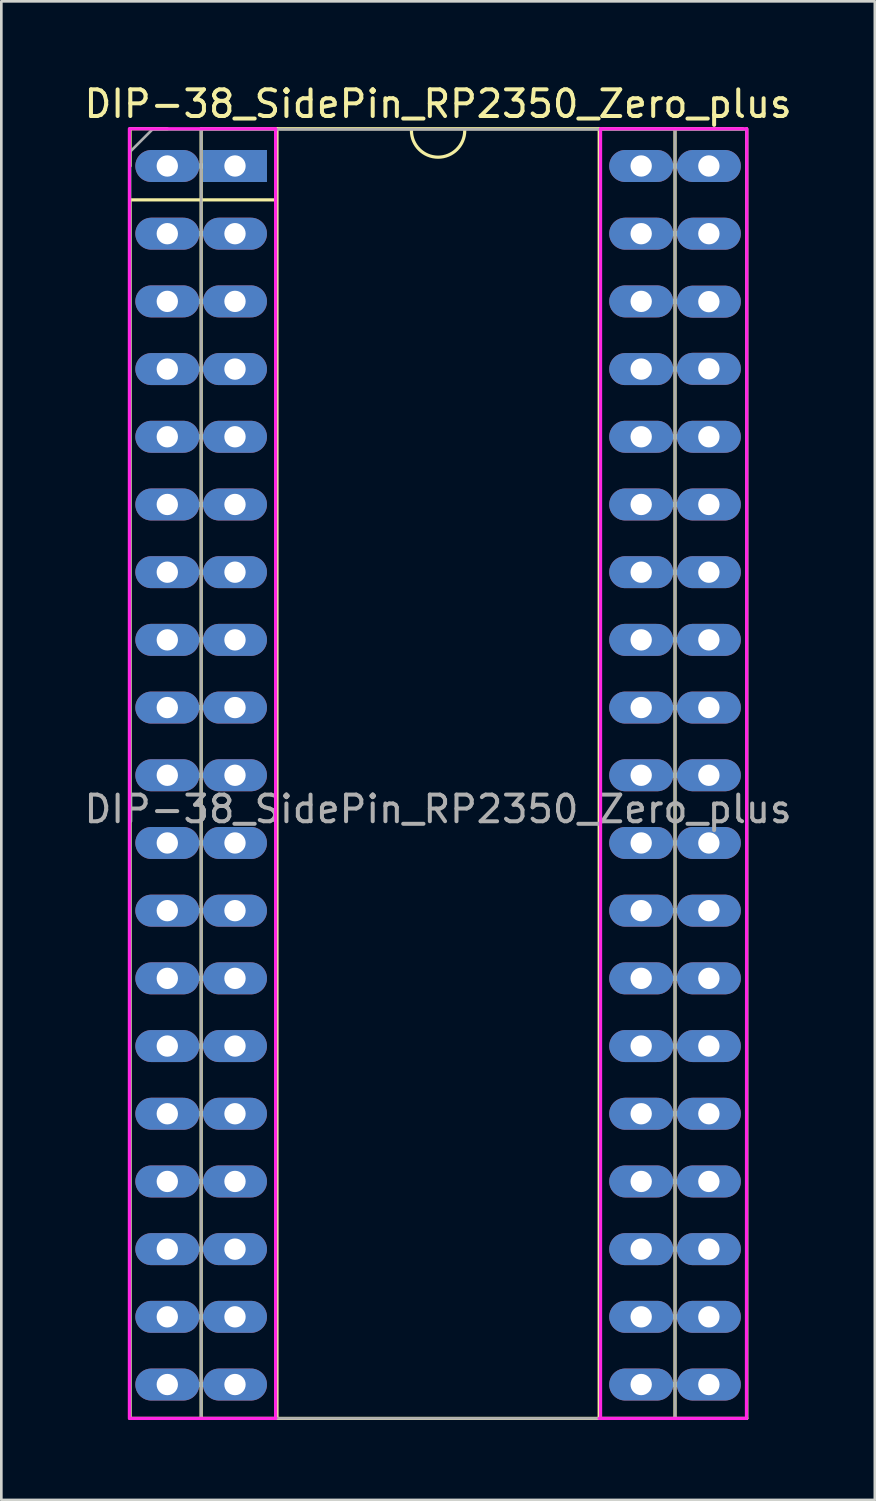
<source format=kicad_pcb>
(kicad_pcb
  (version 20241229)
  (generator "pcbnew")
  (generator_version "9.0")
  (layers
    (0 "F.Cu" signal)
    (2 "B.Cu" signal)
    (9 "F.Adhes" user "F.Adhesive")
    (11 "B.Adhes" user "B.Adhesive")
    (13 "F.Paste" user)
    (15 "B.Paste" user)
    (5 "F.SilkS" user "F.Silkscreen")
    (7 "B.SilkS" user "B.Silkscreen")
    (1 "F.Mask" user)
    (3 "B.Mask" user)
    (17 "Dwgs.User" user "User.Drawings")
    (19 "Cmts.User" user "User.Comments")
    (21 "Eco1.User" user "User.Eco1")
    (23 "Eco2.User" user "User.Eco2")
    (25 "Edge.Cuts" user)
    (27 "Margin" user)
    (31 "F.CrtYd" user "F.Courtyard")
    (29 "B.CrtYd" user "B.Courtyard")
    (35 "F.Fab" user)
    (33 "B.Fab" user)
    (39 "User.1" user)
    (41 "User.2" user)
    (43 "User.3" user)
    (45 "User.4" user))
  (footprint "DIP-38_SidePin_RP2350_Zero_plus"
    (layer "F.Cu")
    (at 5.767 3.178)
    (property "Reference" "DIP-38_SidePin_RP2350_Zero_plus" (at 7.62 -2.33 0) (layer "F.SilkS") (effects (font (size 1 1) (thickness 0.15))))
    (attr through_hole allow_missing_courtyard)
    (fp_line (start -1.422 17.78) (end -1.118 17.78) (stroke (width 0.2) (type default)) (layer "B.Cu"))
    (fp_line (start -1.422 20.32) (end -1.067 20.32) (stroke (width 0.2) (type default)) (layer "B.Cu"))
    (fp_line (start -1.422 22.86) (end -1.2 22.86) (stroke (width 0.2) (type default)) (layer "B.Cu"))
    (fp_line (start -1.422 25.4) (end -1.118 25.4) (stroke (width 0.2) (type default)) (layer "B.Cu"))
    (fp_line (start -1.422 30.48) (end -1.118 30.48) (stroke (width 0.2) (type default)) (layer "B.Cu"))
    (fp_line (start -1.422 33.02) (end -1.118 33.02) (stroke (width 0.2) (type default)) (layer "B.Cu"))
    (fp_line (start -1.422 35.56) (end -1.118 35.56) (stroke (width 0.2) (type default)) (layer "B.Cu"))
    (fp_line (start -1.422 40.64) (end -1.118 40.64) (stroke (width 0.2) (type default)) (layer "B.Cu"))
    (fp_line (start -1.422 45.72) (end -1.2 45.72) (stroke (width 0.2) (type default)) (layer "B.Cu"))
    (fp_line (start -1.372 43.18) (end -1.118 43.18) (stroke (width 0.2) (type default)) (layer "B.Cu"))
    (fp_line (start -1.34 0) (end -1.2 0) (stroke (width 0.2) (type default)) (layer "B.Cu"))
    (fp_line (start -1.34 2.54) (end -1.2 2.54) (stroke (width 0.2) (type default)) (layer "B.Cu"))
    (fp_line (start -1.34 5.08) (end -1.2 5.08) (stroke (width 0.2) (type default)) (layer "B.Cu"))
    (fp_line (start -1.34 7.62) (end -1.168 7.62) (stroke (width 0.2) (type default)) (layer "B.Cu"))
    (fp_line (start -1.34 10.16) (end -1.2 10.16) (stroke (width 0.2) (type default)) (layer "B.Cu"))
    (fp_line (start -1.34 12.7) (end -1.2 12.7) (stroke (width 0.2) (type default)) (layer "B.Cu"))
    (fp_line (start -1.34 15.24) (end -1.118 15.24) (stroke (width 0.2) (type default)) (layer "B.Cu"))
    (fp_line (start -1.34 27.94) (end -1.118 27.94) (stroke (width 0.2) (type default)) (layer "B.Cu"))
    (fp_line (start -1.34 38.1) (end -1.2 38.1) (stroke (width 0.2) (type default)) (layer "B.Cu"))
    (fp_line (start 16.256 43.18) (end 16.662 43.18) (stroke (width 0.2) (type default)) (layer "B.Cu"))
    (fp_line (start 16.307 17.78) (end 16.662 17.78) (stroke (width 0.2) (type default)) (layer "B.Cu"))
    (fp_line (start 16.307 30.48) (end 16.713 30.48) (stroke (width 0.2) (type default)) (layer "B.Cu"))
    (fp_line (start 16.358 15.24) (end 16.612 15.24) (stroke (width 0.2) (type default)) (layer "B.Cu"))
    (fp_line (start 16.358 22.86) (end 16.662 22.86) (stroke (width 0.2) (type default)) (layer "B.Cu"))
    (fp_line (start 16.358 27.94) (end 16.662 27.94) (stroke (width 0.2) (type default)) (layer "B.Cu"))
    (fp_line (start 16.358 35.56) (end 16.662 35.56) (stroke (width 0.2) (type default)) (layer "B.Cu"))
    (fp_line (start 16.358 38.1) (end 16.713 38.1) (stroke (width 0.2) (type default)) (layer "B.Cu"))
    (fp_line (start 16.358 45.72) (end 16.662 45.72) (stroke (width 0.2) (type default)) (layer "B.Cu"))
    (fp_line (start 16.408 20.32) (end 16.662 20.32) (stroke (width 0.2) (type default)) (layer "B.Cu"))
    (fp_line (start 16.44 0) (end 16.612 0) (stroke (width 0.2) (type default)) (layer "B.Cu"))
    (fp_line (start 16.44 2.54) (end 16.662 2.54) (stroke (width 0.2) (type default)) (layer "B.Cu"))
    (fp_line (start 16.44 5.08) (end 16.612 5.08) (stroke (width 0.2) (type default)) (layer "B.Cu"))
    (fp_line (start 16.44 7.62) (end 16.713 7.62) (stroke (width 0.2) (type default)) (layer "B.Cu"))
    (fp_line (start 16.44 10.16) (end 16.58 10.16) (stroke (width 0.2) (type default)) (layer "B.Cu"))
    (fp_line (start 16.44 12.7) (end 16.662 12.7) (stroke (width 0.2) (type default)) (layer "B.Cu"))
    (fp_line (start 16.44 25.4) (end 16.58 25.4) (stroke (width 0.2) (type default)) (layer "B.Cu"))
    (fp_line (start 16.44 33.02) (end 16.662 33.02) (stroke (width 0.2) (type default)) (layer "B.Cu"))
    (fp_line (start 16.44 40.64) (end 16.713 40.64) (stroke (width 0.2) (type default)) (layer "B.Cu"))
    (fp_line (start -3.937 -1.397) (end -2.54 -1.397) (stroke (width 0.12) (type solid)) (layer "F.SilkS"))
    (fp_line (start -3.937 0) (end -3.937 -1.397) (stroke (width 0.12) (type solid)) (layer "F.SilkS"))
    (fp_line (start -3.937 1.27) (end -3.937 46.99) (stroke (width 0.12) (type solid)) (layer "F.SilkS"))
    (fp_line (start -3.937 1.27) (end -1.28 1.27) (stroke (width 0.12) (type solid)) (layer "F.SilkS"))
    (fp_line (start -3.937 46.99) (end 19.202 46.99) (stroke (width 0.12) (type solid)) (layer "F.SilkS"))
    (fp_line (start -1.27 -1.397) (end -1.27 46.99) (stroke (width 0.12) (type solid)) (layer "F.SilkS"))
    (fp_line (start -1.27 1.27) (end 1.524 1.27) (stroke (width 0.12) (type solid)) (layer "F.SilkS"))
    (fp_line (start 1.575 -1.397) (end 1.575 46.99) (stroke (width 0.12) (type solid)) (layer "F.SilkS"))
    (fp_line (start 13.665 46.99) (end 13.666 -1.381) (stroke (width 0.12) (type solid)) (layer "F.SilkS"))
    (fp_line (start 16.51 46.99) (end 16.51 -1.397) (stroke (width 0.12) (type solid)) (layer "F.SilkS"))
    (fp_line (start 19.05 -1.397) (end -1.27 -1.397) (stroke (width 0.12) (type solid)) (layer "F.SilkS"))
    (fp_line (start 19.2 -1.397) (end 19.202 46.99) (stroke (width 0.12) (type solid)) (layer "F.SilkS"))
    (fp_arc (start 8.62 -1.33) (mid 7.62 -0.33) (end 6.62 -1.33) (stroke (width 0.12) (type solid)) (layer "F.SilkS"))
    (fp_line (start -3.962 -1.397) (end -3.962 46.99) (stroke (width 0.12) (type solid)) (layer "F.CrtYd"))
    (fp_line (start -3.937 46.99) (end 1.524 46.99) (stroke (width 0.12) (type solid)) (layer "F.CrtYd"))
    (fp_line (start 1.524 -1.397) (end -3.937 -1.397) (stroke (width 0.12) (type solid)) (layer "F.CrtYd"))
    (fp_line (start 1.524 46.99) (end 1.524 -1.397) (stroke (width 0.12) (type solid)) (layer "F.CrtYd"))
    (fp_line (start 13.665 46.99) (end 19.19 46.99) (stroke (width 0.12) (type solid)) (layer "F.CrtYd"))
    (fp_line (start 13.716 -1.397) (end 13.716 46.99) (stroke (width 0.12) (type solid)) (layer "F.CrtYd"))
    (fp_line (start 19.188 -1.397) (end 13.716 -1.397) (stroke (width 0.12) (type solid)) (layer "F.CrtYd"))
    (fp_line (start 19.202 -1.397) (end 19.19 46.99) (stroke (width 0.12) (type solid)) (layer "F.CrtYd"))
    (fp_line (start -3.937 46.99) (end -3.937 -0.533) (stroke (width 0.1) (type solid)) (layer "F.Fab"))
    (fp_line (start -3.937 46.99) (end 19.202 46.99) (stroke (width 0.1) (type solid)) (layer "F.Fab"))
    (fp_line (start -3.912 -0.559) (end -3.099 -1.372) (stroke (width 0.1) (type solid)) (layer "F.Fab"))
    (fp_line (start -1.27 -1.372) (end -1.27 46.99) (stroke (width 0.1) (type solid)) (layer "F.Fab"))
    (fp_line (start 1.524 46.99) (end 1.524 -1.372) (stroke (width 0.1) (type solid)) (layer "F.Fab"))
    (fp_line (start 13.716 46.99) (end 13.716 -1.372) (stroke (width 0.1) (type solid)) (layer "F.Fab"))
    (fp_line (start 16.51 46.99) (end 16.51 -1.372) (stroke (width 0.1) (type solid)) (layer "F.Fab"))
    (fp_line (start 19.202 -1.372) (end -3.099 -1.372) (stroke (width 0.1) (type solid)) (layer "F.Fab"))
    (fp_line (start 19.202 -1.372) (end 19.202 46.99) (stroke (width 0.1) (type solid)) (layer "F.Fab"))
    (fp_text user "${REFERENCE}" (at 7.62 24.13 0) (layer "F.Fab") (effects (font (size 1 1) (thickness 0.15))))
    (pad "1" thru_hole oval (at -2.54 0) (size 2.4 1.2) (drill 0.8) (layers "*.Cu" "*.Mask"))
    (pad "1" thru_hole rect (at 0 0) (size 2.4 1.2) (drill 0.8) (layers "*.Cu" "*.Mask"))
    (pad "2" thru_hole oval (at -2.54 2.54) (size 2.4 1.2) (drill 0.8) (layers "*.Cu" "*.Mask"))
    (pad "2" thru_hole oval (at 0 2.54) (size 2.4 1.2) (drill 0.8) (layers "*.Cu" "*.Mask"))
    (pad "3" thru_hole oval (at -2.54 5.08) (size 2.4 1.2) (drill 0.8) (layers "*.Cu" "*.Mask"))
    (pad "3" thru_hole oval (at 0 5.08) (size 2.4 1.2) (drill 0.8) (layers "*.Cu" "*.Mask"))
    (pad "4" thru_hole oval (at -2.54 7.62) (size 2.4 1.2) (drill 0.8) (layers "*.Cu" "*.Mask"))
    (pad "4" thru_hole oval (at 0 7.62) (size 2.4 1.2) (drill 0.8) (layers "*.Cu" "*.Mask"))
    (pad "5" thru_hole oval (at -2.54 10.16) (size 2.4 1.2) (drill 0.8) (layers "*.Cu" "*.Mask"))
    (pad "5" thru_hole oval (at 0 10.16) (size 2.4 1.2) (drill 0.8) (layers "*.Cu" "*.Mask"))
    (pad "6" thru_hole oval (at -2.54 12.7) (size 2.4 1.2) (drill 0.8) (layers "*.Cu" "*.Mask"))
    (pad "6" thru_hole oval (at 0 12.7) (size 2.4 1.2) (drill 0.8) (layers "*.Cu" "*.Mask"))
    (pad "7" thru_hole oval (at -2.54 15.24) (size 2.4 1.2) (drill 0.8) (layers "*.Cu" "*.Mask"))
    (pad "7" thru_hole oval (at 0 15.24) (size 2.4 1.2) (drill 0.8) (layers "*.Cu" "*.Mask"))
    (pad "8" thru_hole oval (at -2.54 17.78) (size 2.4 1.2) (drill 0.8) (layers "*.Cu" "*.Mask"))
    (pad "8" thru_hole oval (at 0 17.78) (size 2.4 1.2) (drill 0.8) (layers "*.Cu" "*.Mask"))
    (pad "9" thru_hole oval (at -2.54 20.32) (size 2.4 1.2) (drill 0.8) (layers "*.Cu" "*.Mask"))
    (pad "9" thru_hole oval (at 0 20.32) (size 2.4 1.2) (drill 0.8) (layers "*.Cu" "*.Mask"))
    (pad "10" thru_hole oval (at -2.54 22.86) (size 2.4 1.2) (drill 0.8) (layers "*.Cu" "*.Mask"))
    (pad "10" thru_hole oval (at 0 22.86) (size 2.4 1.2) (drill 0.8) (layers "*.Cu" "*.Mask"))
    (pad "11" thru_hole oval (at -2.54 25.4) (size 2.4 1.2) (drill 0.8) (layers "*.Cu" "*.Mask"))
    (pad "11" thru_hole oval (at 0 25.4) (size 2.4 1.2) (drill 0.8) (layers "*.Cu" "*.Mask"))
    (pad "12" thru_hole oval (at -2.54 27.94) (size 2.4 1.2) (drill 0.8) (layers "*.Cu" "*.Mask"))
    (pad "12" thru_hole oval (at 0 27.94) (size 2.4 1.2) (drill 0.8) (layers "*.Cu" "*.Mask"))
    (pad "13" thru_hole oval (at -2.54 30.48) (size 2.4 1.2) (drill 0.8) (layers "*.Cu" "*.Mask"))
    (pad "13" thru_hole oval (at 0 30.48) (size 2.4 1.2) (drill 0.8) (layers "*.Cu" "*.Mask"))
    (pad "14" thru_hole oval (at -2.54 33.02) (size 2.4 1.2) (drill 0.8) (layers "*.Cu" "*.Mask"))
    (pad "14" thru_hole oval (at 0 33.02) (size 2.4 1.2) (drill 0.8) (layers "*.Cu" "*.Mask"))
    (pad "15" thru_hole oval (at -2.54 35.56) (size 2.4 1.2) (drill 0.8) (layers "*.Cu" "*.Mask"))
    (pad "15" thru_hole oval (at 0 35.56) (size 2.4 1.2) (drill 0.8) (layers "*.Cu" "*.Mask"))
    (pad "16" thru_hole oval (at -2.54 38.1) (size 2.4 1.2) (drill 0.8) (layers "*.Cu" "*.Mask"))
    (pad "16" thru_hole oval (at 0 38.1) (size 2.4 1.2) (drill 0.8) (layers "*.Cu" "*.Mask"))
    (pad "17" thru_hole oval (at -2.54 40.64) (size 2.4 1.2) (drill 0.8) (layers "*.Cu" "*.Mask"))
    (pad "17" thru_hole oval (at 0 40.64) (size 2.4 1.2) (drill 0.8) (layers "*.Cu" "*.Mask"))
    (pad "18" thru_hole oval (at -2.54 43.18) (size 2.4 1.2) (drill 0.8) (layers "*.Cu" "*.Mask"))
    (pad "18" thru_hole oval (at 0 43.18) (size 2.4 1.2) (drill 0.8) (layers "*.Cu" "*.Mask"))
    (pad "19" thru_hole oval (at -2.54 45.72) (size 2.4 1.2) (drill 0.8) (layers "*.Cu" "*.Mask"))
    (pad "19" thru_hole oval (at 0 45.72) (size 2.4 1.2) (drill 0.8) (layers "*.Cu" "*.Mask"))
    (pad "20" thru_hole oval (at 15.24 45.72) (size 2.4 1.2) (drill 0.8) (layers "*.Cu" "*.Mask"))
    (pad "20" thru_hole oval (at 17.78 45.72) (size 2.4 1.2) (drill 0.8) (layers "*.Cu" "*.Mask"))
    (pad "21" thru_hole oval (at 15.24 43.18) (size 2.4 1.2) (drill 0.8) (layers "*.Cu" "*.Mask"))
    (pad "21" thru_hole oval (at 17.78 43.18) (size 2.4 1.2) (drill 0.8) (layers "*.Cu" "*.Mask"))
    (pad "22" thru_hole oval (at 15.24 40.64) (size 2.4 1.2) (drill 0.8) (layers "*.Cu" "*.Mask"))
    (pad "22" thru_hole oval (at 17.78 40.64) (size 2.4 1.2) (drill 0.8) (layers "*.Cu" "*.Mask"))
    (pad "23" thru_hole oval (at 15.24 38.1) (size 2.4 1.2) (drill 0.8) (layers "*.Cu" "*.Mask"))
    (pad "23" thru_hole oval (at 17.78 38.1) (size 2.4 1.2) (drill 0.8) (layers "*.Cu" "*.Mask"))
    (pad "24" thru_hole oval (at 15.24 35.56) (size 2.4 1.2) (drill 0.8) (layers "*.Cu" "*.Mask"))
    (pad "24" thru_hole oval (at 17.78 35.56) (size 2.4 1.2) (drill 0.8) (layers "*.Cu" "*.Mask"))
    (pad "25" thru_hole oval (at 15.24 33.02) (size 2.4 1.2) (drill 0.8) (layers "*.Cu" "*.Mask"))
    (pad "25" thru_hole oval (at 17.78 33.02) (size 2.4 1.2) (drill 0.8) (layers "*.Cu" "*.Mask"))
    (pad "26" thru_hole oval (at 15.24 30.48) (size 2.4 1.2) (drill 0.8) (layers "*.Cu" "*.Mask"))
    (pad "26" thru_hole oval (at 17.78 30.48) (size 2.4 1.2) (drill 0.8) (layers "*.Cu" "*.Mask"))
    (pad "27" thru_hole oval (at 15.24 27.94) (size 2.4 1.2) (drill 0.8) (layers "*.Cu" "*.Mask"))
    (pad "27" thru_hole oval (at 17.78 27.94) (size 2.4 1.2) (drill 0.8) (layers "*.Cu" "*.Mask"))
    (pad "28" thru_hole oval (at 15.24 25.4) (size 2.4 1.2) (drill 0.8) (layers "*.Cu" "*.Mask"))
    (pad "28" thru_hole oval (at 17.78 25.4) (size 2.4 1.2) (drill 0.8) (layers "*.Cu" "*.Mask"))
    (pad "29" thru_hole oval (at 15.24 22.86) (size 2.4 1.2) (drill 0.8) (layers "*.Cu" "*.Mask"))
    (pad "29" thru_hole oval (at 17.78 22.86) (size 2.4 1.2) (drill 0.8) (layers "*.Cu" "*.Mask"))
    (pad "30" thru_hole oval (at 15.24 20.32) (size 2.4 1.2) (drill 0.8) (layers "*.Cu" "*.Mask"))
    (pad "30" thru_hole oval (at 17.78 20.32) (size 2.4 1.2) (drill 0.8) (layers "*.Cu" "*.Mask"))
    (pad "31" thru_hole oval (at 15.24 17.78) (size 2.4 1.2) (drill 0.8) (layers "*.Cu" "*.Mask"))
    (pad "31" thru_hole oval (at 17.78 17.78) (size 2.4 1.2) (drill 0.8) (layers "*.Cu" "*.Mask"))
    (pad "32" thru_hole oval (at 15.24 15.24) (size 2.4 1.2) (drill 0.8) (layers "*.Cu" "*.Mask"))
    (pad "32" thru_hole oval (at 17.78 15.24) (size 2.4 1.2) (drill 0.8) (layers "*.Cu" "*.Mask"))
    (pad "33" thru_hole oval (at 15.24 12.7) (size 2.4 1.2) (drill 0.8) (layers "*.Cu" "*.Mask"))
    (pad "33" thru_hole oval (at 17.78 12.7) (size 2.4 1.2) (drill 0.8) (layers "*.Cu" "*.Mask"))
    (pad "34" thru_hole oval (at 15.24 10.16) (size 2.4 1.2) (drill 0.8) (layers "*.Cu" "*.Mask"))
    (pad "34" thru_hole oval (at 17.78 10.16) (size 2.4 1.2) (drill 0.8) (layers "*.Cu" "*.Mask"))
    (pad "35" thru_hole oval (at 15.24 7.62) (size 2.4 1.2) (drill 0.8) (layers "*.Cu" "*.Mask"))
    (pad "35" thru_hole oval (at 17.78 7.61) (size 2.4 1.2) (drill 0.8) (layers "*.Cu" "*.Mask"))
    (pad "36" thru_hole oval (at 15.24 5.08) (size 2.4 1.2) (drill 0.8) (layers "*.Cu" "*.Mask"))
    (pad "36" thru_hole oval (at 17.78 5.09) (size 2.4 1.2) (drill 0.8) (layers "*.Cu" "*.Mask"))
    (pad "37" thru_hole oval (at 15.24 2.54) (size 2.4 1.2) (drill 0.8) (layers "*.Cu" "*.Mask"))
    (pad "37" thru_hole oval (at 17.78 2.54) (size 2.4 1.2) (drill 0.8) (layers "*.Cu" "*.Mask"))
    (pad "38" thru_hole oval (at 15.24 0) (size 2.4 1.2) (drill 0.8) (layers "*.Cu" "*.Mask"))
    (pad "38" thru_hole oval (at 17.78 0) (size 2.4 1.2) (drill 0.8) (layers "*.Cu" "*.Mask")))
  (gr_rect
    (start -3 -3)
    (end 29.774 53.228)
    (stroke (width 0.1) (type default))
    (fill no)
    (layer "Edge.Cuts")))
</source>
